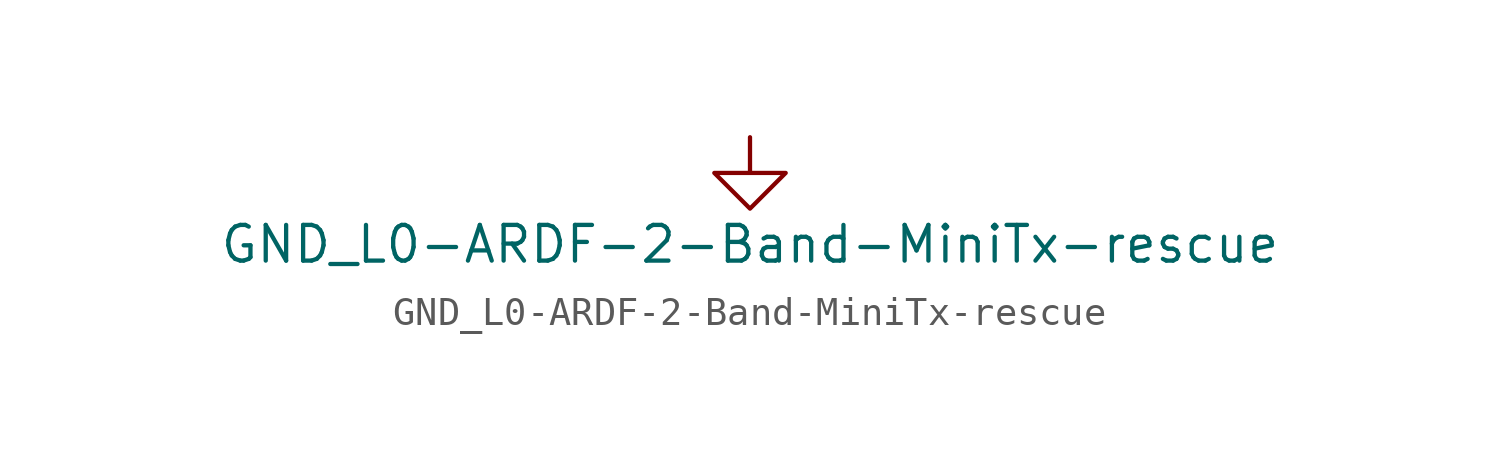
<source format=kicad_sym>
(kicad_symbol_lib
  (version 20211014)
  (generator kicad_symbol_editor)
  (symbol "GND_L0-ARDF-2-Band-MiniTx-rescue"
    (power)
    (pin_names
      (offset 0))
    (property "Reference" "#PWR"
      (at 0 -6.35 0)
      (effects (font (size 1.27 1.27)) hide))
    (property "Value" "GND_L0-ARDF-2-Band-MiniTx-rescue"
      (at 0 -3.81 0)
      (effects (font (size 1.27 1.27))))
    (property "Footprint" ""
      (at 0 0 0)
      (effects (font (size 1.27 1.27))))
    (property "Datasheet" ""
      (at 0 0 0)
      (effects (font (size 1.27 1.27))))
    (symbol "GND_L0-ARDF-2-Band-MiniTx-rescue_0_1"
      (polyline (pts (xy 0 0) (xy 0 -1.27) (xy 1.27 -1.27) (xy 0 -2.54) (xy -1.27 -1.27) (xy 0 -1.27)) (stroke (width 0) (type default) (color 0 0 0 0)) (fill (type none))))
    (symbol "GND_L0-ARDF-2-Band-MiniTx-rescue_1_1"
      (pin power_in line (at 0 0 270) (length 0) hide (name "GND_L0" (effects (font (size 1.27 1.27)))) (number "1" (effects (font (size 1.27 1.27))))))))
</source>
